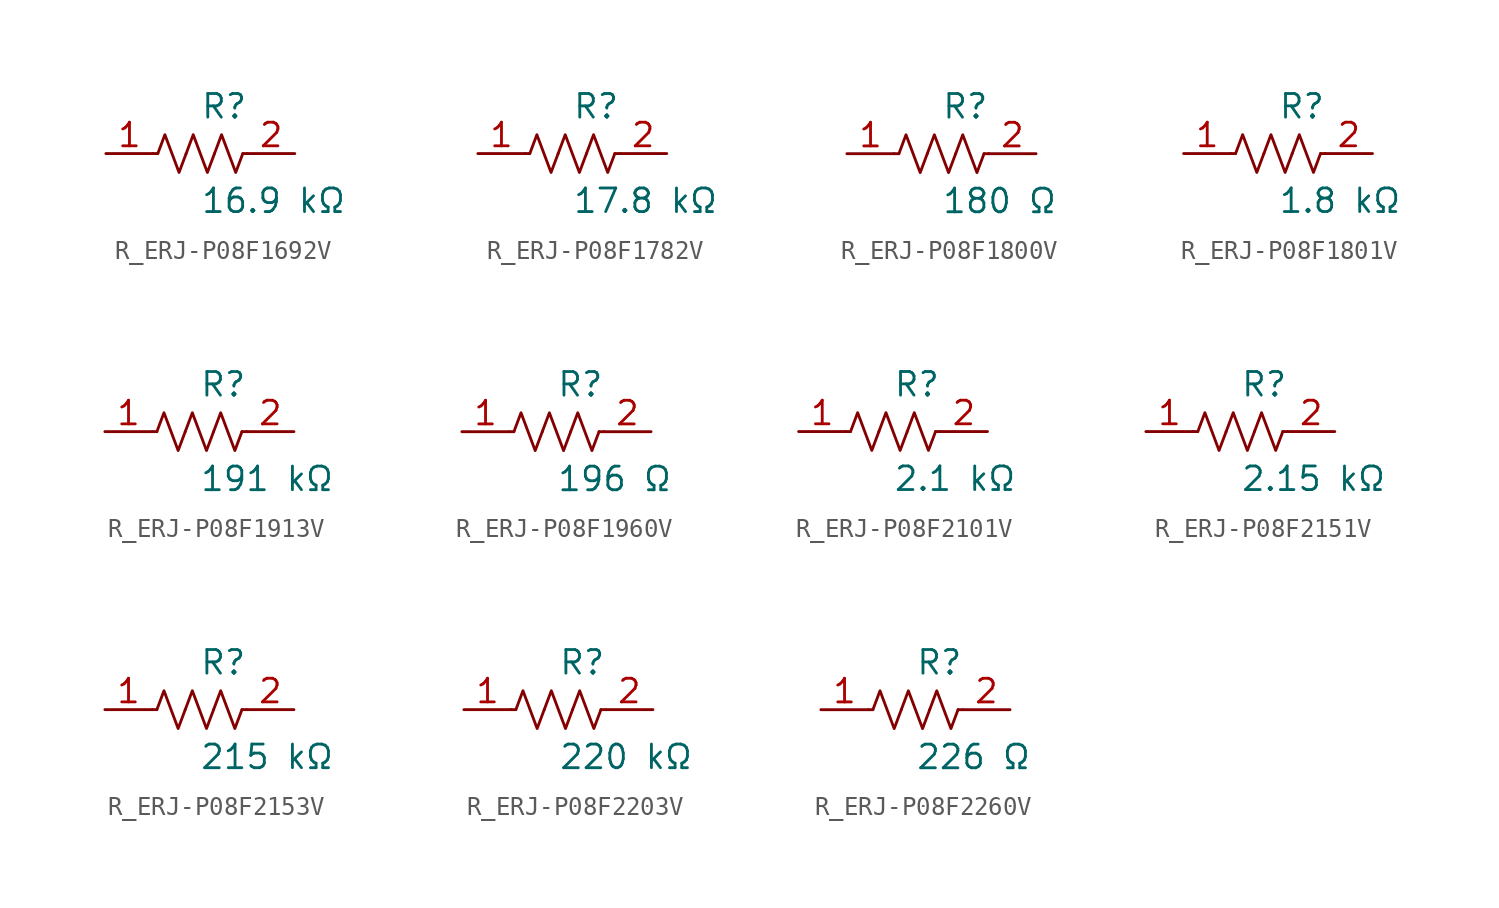
<source format=kicad_sym>
(kicad_symbol_lib
  (version 20231120)
  (generator kicad_symbol_editor)
  (generator_version 8.0)
  (symbol "R_ERJ-P08F1692V"
    (pin_names
      (offset 0.254))
    (property "Reference" "R"
      (at 0.0 2.54 0)
      (effects (font (size 1.27 1.27)) (justify left)))
    (property "Value" "16.9 kΩ"
      (at 0.0 -2.54 0)
      (effects (font (size 1.27 1.27)) (justify left)))
    (symbol "R_ERJ-P08F1692V_0_1"
      (polyline (pts (xy 2.286 0) (xy 2.54 0)) (stroke (width 0) (type default)) (fill (type none)))
      (polyline (pts (xy -2.286 0) (xy -2.54 0)) (stroke (width 0) (type default)) (fill (type none)))
      (polyline (pts (xy 0.762 0) (xy 1.143 1.016) (xy 1.524 0) (xy 1.905 -1.016) (xy 2.286 0)) (stroke (width 0) (type default)) (fill (type none)))
      (polyline (pts (xy -0.762 0) (xy -0.381 1.016) (xy 0 0) (xy 0.381 -1.016) (xy 0.762 0)) (stroke (width 0) (type default)) (fill (type none)))
      (polyline (pts (xy -2.286 0) (xy -1.905 1.016) (xy -1.524 0) (xy -1.143 -1.016) (xy -0.762 0)) (stroke (width 0) (type default)) (fill (type none))))
    (pin unspecified line
      (at -5.08 0 0)
      (length 2.54)
      (name "" (effects (font (size 1.27 1.27))))
      (number "1" (effects (font (size 1.27 1.27)))))
    (pin unspecified line
      (at 5.08 0 180)
      (length 2.54)
      (name "" (effects (font (size 1.27 1.27))))
      (number "2" (effects (font (size 1.27 1.27))))))
  (symbol "R_ERJ-P08F1782V"
    (pin_names
      (offset 0.254))
    (property "Reference" "R"
      (at 0.0 2.54 0)
      (effects (font (size 1.27 1.27)) (justify left)))
    (property "Value" "17.8 kΩ"
      (at 0.0 -2.54 0)
      (effects (font (size 1.27 1.27)) (justify left)))
    (symbol "R_ERJ-P08F1782V_0_1"
      (polyline (pts (xy 2.286 0) (xy 2.54 0)) (stroke (width 0) (type default)) (fill (type none)))
      (polyline (pts (xy -2.286 0) (xy -2.54 0)) (stroke (width 0) (type default)) (fill (type none)))
      (polyline (pts (xy 0.762 0) (xy 1.143 1.016) (xy 1.524 0) (xy 1.905 -1.016) (xy 2.286 0)) (stroke (width 0) (type default)) (fill (type none)))
      (polyline (pts (xy -0.762 0) (xy -0.381 1.016) (xy 0 0) (xy 0.381 -1.016) (xy 0.762 0)) (stroke (width 0) (type default)) (fill (type none)))
      (polyline (pts (xy -2.286 0) (xy -1.905 1.016) (xy -1.524 0) (xy -1.143 -1.016) (xy -0.762 0)) (stroke (width 0) (type default)) (fill (type none))))
    (pin unspecified line
      (at -5.08 0 0)
      (length 2.54)
      (name "" (effects (font (size 1.27 1.27))))
      (number "1" (effects (font (size 1.27 1.27)))))
    (pin unspecified line
      (at 5.08 0 180)
      (length 2.54)
      (name "" (effects (font (size 1.27 1.27))))
      (number "2" (effects (font (size 1.27 1.27))))))
  (symbol "R_ERJ-P08F1800V"
    (pin_names
      (offset 0.254))
    (property "Reference" "R"
      (at 0.0 2.54 0)
      (effects (font (size 1.27 1.27)) (justify left)))
    (property "Value" "180 Ω"
      (at 0.0 -2.54 0)
      (effects (font (size 1.27 1.27)) (justify left)))
    (symbol "R_ERJ-P08F1800V_0_1"
      (polyline (pts (xy 2.286 0) (xy 2.54 0)) (stroke (width 0) (type default)) (fill (type none)))
      (polyline (pts (xy -2.286 0) (xy -2.54 0)) (stroke (width 0) (type default)) (fill (type none)))
      (polyline (pts (xy 0.762 0) (xy 1.143 1.016) (xy 1.524 0) (xy 1.905 -1.016) (xy 2.286 0)) (stroke (width 0) (type default)) (fill (type none)))
      (polyline (pts (xy -0.762 0) (xy -0.381 1.016) (xy 0 0) (xy 0.381 -1.016) (xy 0.762 0)) (stroke (width 0) (type default)) (fill (type none)))
      (polyline (pts (xy -2.286 0) (xy -1.905 1.016) (xy -1.524 0) (xy -1.143 -1.016) (xy -0.762 0)) (stroke (width 0) (type default)) (fill (type none))))
    (pin unspecified line
      (at -5.08 0 0)
      (length 2.54)
      (name "" (effects (font (size 1.27 1.27))))
      (number "1" (effects (font (size 1.27 1.27)))))
    (pin unspecified line
      (at 5.08 0 180)
      (length 2.54)
      (name "" (effects (font (size 1.27 1.27))))
      (number "2" (effects (font (size 1.27 1.27))))))
  (symbol "R_ERJ-P08F1801V"
    (pin_names
      (offset 0.254))
    (property "Reference" "R"
      (at 0.0 2.54 0)
      (effects (font (size 1.27 1.27)) (justify left)))
    (property "Value" "1.8 kΩ"
      (at 0.0 -2.54 0)
      (effects (font (size 1.27 1.27)) (justify left)))
    (symbol "R_ERJ-P08F1801V_0_1"
      (polyline (pts (xy 2.286 0) (xy 2.54 0)) (stroke (width 0) (type default)) (fill (type none)))
      (polyline (pts (xy -2.286 0) (xy -2.54 0)) (stroke (width 0) (type default)) (fill (type none)))
      (polyline (pts (xy 0.762 0) (xy 1.143 1.016) (xy 1.524 0) (xy 1.905 -1.016) (xy 2.286 0)) (stroke (width 0) (type default)) (fill (type none)))
      (polyline (pts (xy -0.762 0) (xy -0.381 1.016) (xy 0 0) (xy 0.381 -1.016) (xy 0.762 0)) (stroke (width 0) (type default)) (fill (type none)))
      (polyline (pts (xy -2.286 0) (xy -1.905 1.016) (xy -1.524 0) (xy -1.143 -1.016) (xy -0.762 0)) (stroke (width 0) (type default)) (fill (type none))))
    (pin unspecified line
      (at -5.08 0 0)
      (length 2.54)
      (name "" (effects (font (size 1.27 1.27))))
      (number "1" (effects (font (size 1.27 1.27)))))
    (pin unspecified line
      (at 5.08 0 180)
      (length 2.54)
      (name "" (effects (font (size 1.27 1.27))))
      (number "2" (effects (font (size 1.27 1.27))))))
  (symbol "R_ERJ-P08F1913V"
    (pin_names
      (offset 0.254))
    (property "Reference" "R"
      (at 0.0 2.54 0)
      (effects (font (size 1.27 1.27)) (justify left)))
    (property "Value" "191 kΩ"
      (at 0.0 -2.54 0)
      (effects (font (size 1.27 1.27)) (justify left)))
    (symbol "R_ERJ-P08F1913V_0_1"
      (polyline (pts (xy 2.286 0) (xy 2.54 0)) (stroke (width 0) (type default)) (fill (type none)))
      (polyline (pts (xy -2.286 0) (xy -2.54 0)) (stroke (width 0) (type default)) (fill (type none)))
      (polyline (pts (xy 0.762 0) (xy 1.143 1.016) (xy 1.524 0) (xy 1.905 -1.016) (xy 2.286 0)) (stroke (width 0) (type default)) (fill (type none)))
      (polyline (pts (xy -0.762 0) (xy -0.381 1.016) (xy 0 0) (xy 0.381 -1.016) (xy 0.762 0)) (stroke (width 0) (type default)) (fill (type none)))
      (polyline (pts (xy -2.286 0) (xy -1.905 1.016) (xy -1.524 0) (xy -1.143 -1.016) (xy -0.762 0)) (stroke (width 0) (type default)) (fill (type none))))
    (pin unspecified line
      (at -5.08 0 0)
      (length 2.54)
      (name "" (effects (font (size 1.27 1.27))))
      (number "1" (effects (font (size 1.27 1.27)))))
    (pin unspecified line
      (at 5.08 0 180)
      (length 2.54)
      (name "" (effects (font (size 1.27 1.27))))
      (number "2" (effects (font (size 1.27 1.27))))))
  (symbol "R_ERJ-P08F1960V"
    (pin_names
      (offset 0.254))
    (property "Reference" "R"
      (at 0.0 2.54 0)
      (effects (font (size 1.27 1.27)) (justify left)))
    (property "Value" "196 Ω"
      (at 0.0 -2.54 0)
      (effects (font (size 1.27 1.27)) (justify left)))
    (symbol "R_ERJ-P08F1960V_0_1"
      (polyline (pts (xy 2.286 0) (xy 2.54 0)) (stroke (width 0) (type default)) (fill (type none)))
      (polyline (pts (xy -2.286 0) (xy -2.54 0)) (stroke (width 0) (type default)) (fill (type none)))
      (polyline (pts (xy 0.762 0) (xy 1.143 1.016) (xy 1.524 0) (xy 1.905 -1.016) (xy 2.286 0)) (stroke (width 0) (type default)) (fill (type none)))
      (polyline (pts (xy -0.762 0) (xy -0.381 1.016) (xy 0 0) (xy 0.381 -1.016) (xy 0.762 0)) (stroke (width 0) (type default)) (fill (type none)))
      (polyline (pts (xy -2.286 0) (xy -1.905 1.016) (xy -1.524 0) (xy -1.143 -1.016) (xy -0.762 0)) (stroke (width 0) (type default)) (fill (type none))))
    (pin unspecified line
      (at -5.08 0 0)
      (length 2.54)
      (name "" (effects (font (size 1.27 1.27))))
      (number "1" (effects (font (size 1.27 1.27)))))
    (pin unspecified line
      (at 5.08 0 180)
      (length 2.54)
      (name "" (effects (font (size 1.27 1.27))))
      (number "2" (effects (font (size 1.27 1.27))))))
  (symbol "R_ERJ-P08F2101V"
    (pin_names
      (offset 0.254))
    (property "Reference" "R"
      (at 0.0 2.54 0)
      (effects (font (size 1.27 1.27)) (justify left)))
    (property "Value" "2.1 kΩ"
      (at 0.0 -2.54 0)
      (effects (font (size 1.27 1.27)) (justify left)))
    (symbol "R_ERJ-P08F2101V_0_1"
      (polyline (pts (xy 2.286 0) (xy 2.54 0)) (stroke (width 0) (type default)) (fill (type none)))
      (polyline (pts (xy -2.286 0) (xy -2.54 0)) (stroke (width 0) (type default)) (fill (type none)))
      (polyline (pts (xy 0.762 0) (xy 1.143 1.016) (xy 1.524 0) (xy 1.905 -1.016) (xy 2.286 0)) (stroke (width 0) (type default)) (fill (type none)))
      (polyline (pts (xy -0.762 0) (xy -0.381 1.016) (xy 0 0) (xy 0.381 -1.016) (xy 0.762 0)) (stroke (width 0) (type default)) (fill (type none)))
      (polyline (pts (xy -2.286 0) (xy -1.905 1.016) (xy -1.524 0) (xy -1.143 -1.016) (xy -0.762 0)) (stroke (width 0) (type default)) (fill (type none))))
    (pin unspecified line
      (at -5.08 0 0)
      (length 2.54)
      (name "" (effects (font (size 1.27 1.27))))
      (number "1" (effects (font (size 1.27 1.27)))))
    (pin unspecified line
      (at 5.08 0 180)
      (length 2.54)
      (name "" (effects (font (size 1.27 1.27))))
      (number "2" (effects (font (size 1.27 1.27))))))
  (symbol "R_ERJ-P08F2151V"
    (pin_names
      (offset 0.254))
    (property "Reference" "R"
      (at 0.0 2.54 0)
      (effects (font (size 1.27 1.27)) (justify left)))
    (property "Value" "2.15 kΩ"
      (at 0.0 -2.54 0)
      (effects (font (size 1.27 1.27)) (justify left)))
    (symbol "R_ERJ-P08F2151V_0_1"
      (polyline (pts (xy 2.286 0) (xy 2.54 0)) (stroke (width 0) (type default)) (fill (type none)))
      (polyline (pts (xy -2.286 0) (xy -2.54 0)) (stroke (width 0) (type default)) (fill (type none)))
      (polyline (pts (xy 0.762 0) (xy 1.143 1.016) (xy 1.524 0) (xy 1.905 -1.016) (xy 2.286 0)) (stroke (width 0) (type default)) (fill (type none)))
      (polyline (pts (xy -0.762 0) (xy -0.381 1.016) (xy 0 0) (xy 0.381 -1.016) (xy 0.762 0)) (stroke (width 0) (type default)) (fill (type none)))
      (polyline (pts (xy -2.286 0) (xy -1.905 1.016) (xy -1.524 0) (xy -1.143 -1.016) (xy -0.762 0)) (stroke (width 0) (type default)) (fill (type none))))
    (pin unspecified line
      (at -5.08 0 0)
      (length 2.54)
      (name "" (effects (font (size 1.27 1.27))))
      (number "1" (effects (font (size 1.27 1.27)))))
    (pin unspecified line
      (at 5.08 0 180)
      (length 2.54)
      (name "" (effects (font (size 1.27 1.27))))
      (number "2" (effects (font (size 1.27 1.27))))))
  (symbol "R_ERJ-P08F2153V"
    (pin_names
      (offset 0.254))
    (property "Reference" "R"
      (at 0.0 2.54 0)
      (effects (font (size 1.27 1.27)) (justify left)))
    (property "Value" "215 kΩ"
      (at 0.0 -2.54 0)
      (effects (font (size 1.27 1.27)) (justify left)))
    (symbol "R_ERJ-P08F2153V_0_1"
      (polyline (pts (xy 2.286 0) (xy 2.54 0)) (stroke (width 0) (type default)) (fill (type none)))
      (polyline (pts (xy -2.286 0) (xy -2.54 0)) (stroke (width 0) (type default)) (fill (type none)))
      (polyline (pts (xy 0.762 0) (xy 1.143 1.016) (xy 1.524 0) (xy 1.905 -1.016) (xy 2.286 0)) (stroke (width 0) (type default)) (fill (type none)))
      (polyline (pts (xy -0.762 0) (xy -0.381 1.016) (xy 0 0) (xy 0.381 -1.016) (xy 0.762 0)) (stroke (width 0) (type default)) (fill (type none)))
      (polyline (pts (xy -2.286 0) (xy -1.905 1.016) (xy -1.524 0) (xy -1.143 -1.016) (xy -0.762 0)) (stroke (width 0) (type default)) (fill (type none))))
    (pin unspecified line
      (at -5.08 0 0)
      (length 2.54)
      (name "" (effects (font (size 1.27 1.27))))
      (number "1" (effects (font (size 1.27 1.27)))))
    (pin unspecified line
      (at 5.08 0 180)
      (length 2.54)
      (name "" (effects (font (size 1.27 1.27))))
      (number "2" (effects (font (size 1.27 1.27))))))
  (symbol "R_ERJ-P08F2203V"
    (pin_names
      (offset 0.254))
    (property "Reference" "R"
      (at 0.0 2.54 0)
      (effects (font (size 1.27 1.27)) (justify left)))
    (property "Value" "220 kΩ"
      (at 0.0 -2.54 0)
      (effects (font (size 1.27 1.27)) (justify left)))
    (symbol "R_ERJ-P08F2203V_0_1"
      (polyline (pts (xy 2.286 0) (xy 2.54 0)) (stroke (width 0) (type default)) (fill (type none)))
      (polyline (pts (xy -2.286 0) (xy -2.54 0)) (stroke (width 0) (type default)) (fill (type none)))
      (polyline (pts (xy 0.762 0) (xy 1.143 1.016) (xy 1.524 0) (xy 1.905 -1.016) (xy 2.286 0)) (stroke (width 0) (type default)) (fill (type none)))
      (polyline (pts (xy -0.762 0) (xy -0.381 1.016) (xy 0 0) (xy 0.381 -1.016) (xy 0.762 0)) (stroke (width 0) (type default)) (fill (type none)))
      (polyline (pts (xy -2.286 0) (xy -1.905 1.016) (xy -1.524 0) (xy -1.143 -1.016) (xy -0.762 0)) (stroke (width 0) (type default)) (fill (type none))))
    (pin unspecified line
      (at -5.08 0 0)
      (length 2.54)
      (name "" (effects (font (size 1.27 1.27))))
      (number "1" (effects (font (size 1.27 1.27)))))
    (pin unspecified line
      (at 5.08 0 180)
      (length 2.54)
      (name "" (effects (font (size 1.27 1.27))))
      (number "2" (effects (font (size 1.27 1.27))))))
  (symbol "R_ERJ-P08F2260V"
    (pin_names
      (offset 0.254))
    (property "Reference" "R"
      (at 0.0 2.54 0)
      (effects (font (size 1.27 1.27)) (justify left)))
    (property "Value" "226 Ω"
      (at 0.0 -2.54 0)
      (effects (font (size 1.27 1.27)) (justify left)))
    (symbol "R_ERJ-P08F2260V_0_1"
      (polyline (pts (xy 2.286 0) (xy 2.54 0)) (stroke (width 0) (type default)) (fill (type none)))
      (polyline (pts (xy -2.286 0) (xy -2.54 0)) (stroke (width 0) (type default)) (fill (type none)))
      (polyline (pts (xy 0.762 0) (xy 1.143 1.016) (xy 1.524 0) (xy 1.905 -1.016) (xy 2.286 0)) (stroke (width 0) (type default)) (fill (type none)))
      (polyline (pts (xy -0.762 0) (xy -0.381 1.016) (xy 0 0) (xy 0.381 -1.016) (xy 0.762 0)) (stroke (width 0) (type default)) (fill (type none)))
      (polyline (pts (xy -2.286 0) (xy -1.905 1.016) (xy -1.524 0) (xy -1.143 -1.016) (xy -0.762 0)) (stroke (width 0) (type default)) (fill (type none))))
    (pin unspecified line
      (at -5.08 0 0)
      (length 2.54)
      (name "" (effects (font (size 1.27 1.27))))
      (number "1" (effects (font (size 1.27 1.27)))))
    (pin unspecified line
      (at 5.08 0 180)
      (length 2.54)
      (name "" (effects (font (size 1.27 1.27))))
      (number "2" (effects (font (size 1.27 1.27)))))))
</source>
